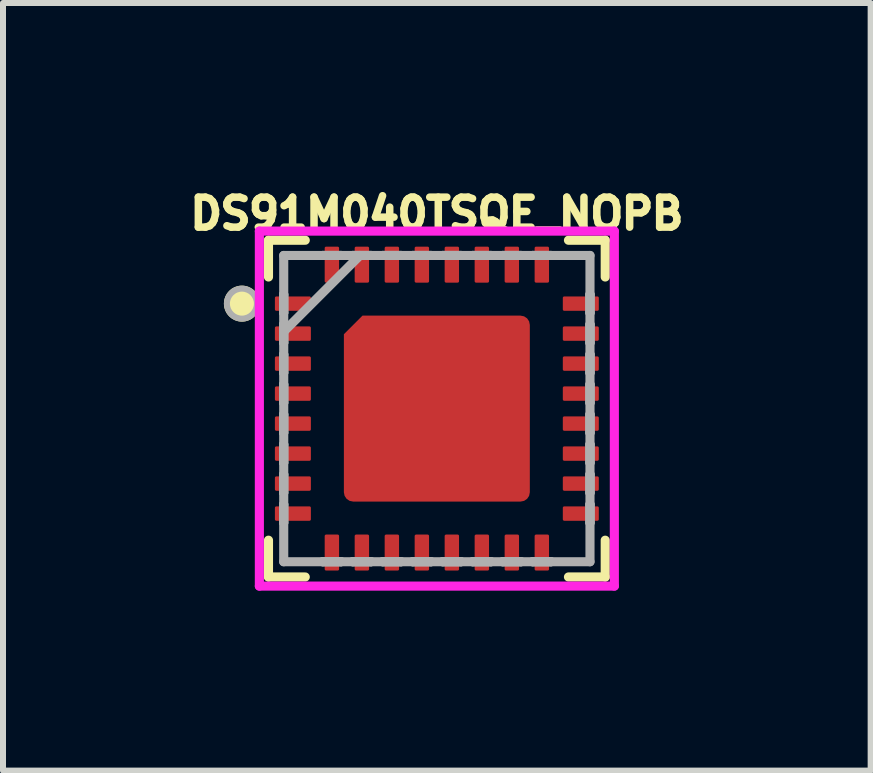
<source format=kicad_pcb>
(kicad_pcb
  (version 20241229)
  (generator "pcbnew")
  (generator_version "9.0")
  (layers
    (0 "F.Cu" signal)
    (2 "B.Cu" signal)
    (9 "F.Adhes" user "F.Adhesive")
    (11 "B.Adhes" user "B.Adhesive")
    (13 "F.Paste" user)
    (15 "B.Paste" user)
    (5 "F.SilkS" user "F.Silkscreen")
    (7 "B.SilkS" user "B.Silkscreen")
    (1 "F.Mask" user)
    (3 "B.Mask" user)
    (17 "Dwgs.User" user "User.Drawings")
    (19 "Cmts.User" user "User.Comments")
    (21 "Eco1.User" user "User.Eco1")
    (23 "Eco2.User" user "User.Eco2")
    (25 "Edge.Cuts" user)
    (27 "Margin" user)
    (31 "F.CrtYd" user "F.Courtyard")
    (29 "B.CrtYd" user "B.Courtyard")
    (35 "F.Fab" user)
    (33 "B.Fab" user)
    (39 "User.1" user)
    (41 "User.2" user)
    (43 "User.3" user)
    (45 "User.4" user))
  (footprint "DS91M040TSQE_NOPB"
    (layer "F.Cu")
    (at 4.233 3.762)
    (property "Reference" "DS91M040TSQE_NOPB" (at 0 -3.25 0) (layer "F.SilkS") (effects (font (size 0.5 0.5) (thickness 0.125) (bold yes))))
    (attr through_hole)
    (fp_line (start -2.807 -2.807) (end -2.807 -2.194) (stroke (width 0.152) (type solid)) (layer "F.SilkS"))
    (fp_line (start -2.807 2.194) (end -2.807 2.807) (stroke (width 0.152) (type solid)) (layer "F.SilkS"))
    (fp_line (start -2.807 2.807) (end -2.194 2.807) (stroke (width 0.152) (type solid)) (layer "F.SilkS"))
    (fp_line (start -2.194 -2.807) (end -2.807 -2.807) (stroke (width 0.152) (type solid)) (layer "F.SilkS"))
    (fp_line (start 2.194 2.807) (end 2.807 2.807) (stroke (width 0.152) (type solid)) (layer "F.SilkS"))
    (fp_line (start 2.807 -2.807) (end 2.194 -2.807) (stroke (width 0.152) (type solid)) (layer "F.SilkS"))
    (fp_line (start 2.807 -2.194) (end 2.807 -2.807) (stroke (width 0.152) (type solid)) (layer "F.SilkS"))
    (fp_line (start 2.807 2.807) (end 2.807 2.194) (stroke (width 0.152) (type solid)) (layer "F.SilkS"))
    (fp_circle (center -3.25 -1.75) (end -3 -1.75) (stroke (width 0.1) (type solid)) (fill yes) (layer "F.SilkS"))
    (fp_line (start -2.959 -2.959) (end 2.959 -2.959) (stroke (width 0.152) (type solid)) (layer "F.CrtYd"))
    (fp_line (start -2.959 2.959) (end -2.959 -2.959) (stroke (width 0.152) (type solid)) (layer "F.CrtYd"))
    (fp_line (start 2.959 -2.959) (end 2.959 2.959) (stroke (width 0.152) (type solid)) (layer "F.CrtYd"))
    (fp_line (start 2.959 2.959) (end -2.959 2.959) (stroke (width 0.152) (type solid)) (layer "F.CrtYd"))
    (fp_line (start -2.553 -2.553) (end -2.553 2.553) (stroke (width 0.152) (type solid)) (layer "F.Fab"))
    (fp_line (start -2.553 -1.902) (end -2.553 -1.902) (stroke (width 0.152) (type solid)) (layer "F.Fab"))
    (fp_line (start -2.553 -1.902) (end -2.553 -1.598) (stroke (width 0.152) (type solid)) (layer "F.Fab"))
    (fp_line (start -2.553 -1.598) (end -2.553 -1.902) (stroke (width 0.152) (type solid)) (layer "F.Fab"))
    (fp_line (start -2.553 -1.598) (end -2.553 -1.598) (stroke (width 0.152) (type solid)) (layer "F.Fab"))
    (fp_line (start -2.553 -1.402) (end -2.553 -1.402) (stroke (width 0.152) (type solid)) (layer "F.Fab"))
    (fp_line (start -2.553 -1.402) (end -2.553 -1.098) (stroke (width 0.152) (type solid)) (layer "F.Fab"))
    (fp_line (start -2.553 -1.283) (end -1.283 -2.553) (stroke (width 0.152) (type solid)) (layer "F.Fab"))
    (fp_line (start -2.553 -1.098) (end -2.553 -1.402) (stroke (width 0.152) (type solid)) (layer "F.Fab"))
    (fp_line (start -2.553 -1.098) (end -2.553 -1.098) (stroke (width 0.152) (type solid)) (layer "F.Fab"))
    (fp_line (start -2.553 -0.902) (end -2.553 -0.902) (stroke (width 0.152) (type solid)) (layer "F.Fab"))
    (fp_line (start -2.553 -0.902) (end -2.553 -0.598) (stroke (width 0.152) (type solid)) (layer "F.Fab"))
    (fp_line (start -2.553 -0.598) (end -2.553 -0.902) (stroke (width 0.152) (type solid)) (layer "F.Fab"))
    (fp_line (start -2.553 -0.598) (end -2.553 -0.598) (stroke (width 0.152) (type solid)) (layer "F.Fab"))
    (fp_line (start -2.553 -0.402) (end -2.553 -0.402) (stroke (width 0.152) (type solid)) (layer "F.Fab"))
    (fp_line (start -2.553 -0.402) (end -2.553 -0.098) (stroke (width 0.152) (type solid)) (layer "F.Fab"))
    (fp_line (start -2.553 -0.098) (end -2.553 -0.402) (stroke (width 0.152) (type solid)) (layer "F.Fab"))
    (fp_line (start -2.553 -0.098) (end -2.553 -0.098) (stroke (width 0.152) (type solid)) (layer "F.Fab"))
    (fp_line (start -2.553 0.098) (end -2.553 0.098) (stroke (width 0.152) (type solid)) (layer "F.Fab"))
    (fp_line (start -2.553 0.098) (end -2.553 0.402) (stroke (width 0.152) (type solid)) (layer "F.Fab"))
    (fp_line (start -2.553 0.402) (end -2.553 0.098) (stroke (width 0.152) (type solid)) (layer "F.Fab"))
    (fp_line (start -2.553 0.402) (end -2.553 0.402) (stroke (width 0.152) (type solid)) (layer "F.Fab"))
    (fp_line (start -2.553 0.598) (end -2.553 0.598) (stroke (width 0.152) (type solid)) (layer "F.Fab"))
    (fp_line (start -2.553 0.598) (end -2.553 0.902) (stroke (width 0.152) (type solid)) (layer "F.Fab"))
    (fp_line (start -2.553 0.902) (end -2.553 0.598) (stroke (width 0.152) (type solid)) (layer "F.Fab"))
    (fp_line (start -2.553 0.902) (end -2.553 0.902) (stroke (width 0.152) (type solid)) (layer "F.Fab"))
    (fp_line (start -2.553 1.098) (end -2.553 1.098) (stroke (width 0.152) (type solid)) (layer "F.Fab"))
    (fp_line (start -2.553 1.098) (end -2.553 1.402) (stroke (width 0.152) (type solid)) (layer "F.Fab"))
    (fp_line (start -2.553 1.402) (end -2.553 1.098) (stroke (width 0.152) (type solid)) (layer "F.Fab"))
    (fp_line (start -2.553 1.402) (end -2.553 1.402) (stroke (width 0.152) (type solid)) (layer "F.Fab"))
    (fp_line (start -2.553 1.598) (end -2.553 1.598) (stroke (width 0.152) (type solid)) (layer "F.Fab"))
    (fp_line (start -2.553 1.598) (end -2.553 1.902) (stroke (width 0.152) (type solid)) (layer "F.Fab"))
    (fp_line (start -2.553 1.902) (end -2.553 1.598) (stroke (width 0.152) (type solid)) (layer "F.Fab"))
    (fp_line (start -2.553 1.902) (end -2.553 1.902) (stroke (width 0.152) (type solid)) (layer "F.Fab"))
    (fp_line (start -2.553 2.553) (end 2.553 2.553) (stroke (width 0.152) (type solid)) (layer "F.Fab"))
    (fp_line (start -1.902 -2.553) (end -1.902 -2.553) (stroke (width 0.152) (type solid)) (layer "F.Fab"))
    (fp_line (start -1.902 -2.553) (end -1.598 -2.553) (stroke (width 0.152) (type solid)) (layer "F.Fab"))
    (fp_line (start -1.902 2.553) (end -1.902 2.553) (stroke (width 0.152) (type solid)) (layer "F.Fab"))
    (fp_line (start -1.902 2.553) (end -1.598 2.553) (stroke (width 0.152) (type solid)) (layer "F.Fab"))
    (fp_line (start -1.598 -2.553) (end -1.902 -2.553) (stroke (width 0.152) (type solid)) (layer "F.Fab"))
    (fp_line (start -1.598 -2.553) (end -1.598 -2.553) (stroke (width 0.152) (type solid)) (layer "F.Fab"))
    (fp_line (start -1.598 2.553) (end -1.902 2.553) (stroke (width 0.152) (type solid)) (layer "F.Fab"))
    (fp_line (start -1.598 2.553) (end -1.598 2.553) (stroke (width 0.152) (type solid)) (layer "F.Fab"))
    (fp_line (start -1.402 -2.553) (end -1.402 -2.553) (stroke (width 0.152) (type solid)) (layer "F.Fab"))
    (fp_line (start -1.402 -2.553) (end -1.098 -2.553) (stroke (width 0.152) (type solid)) (layer "F.Fab"))
    (fp_line (start -1.402 2.553) (end -1.402 2.553) (stroke (width 0.152) (type solid)) (layer "F.Fab"))
    (fp_line (start -1.402 2.553) (end -1.098 2.553) (stroke (width 0.152) (type solid)) (layer "F.Fab"))
    (fp_line (start -1.098 -2.553) (end -1.402 -2.553) (stroke (width 0.152) (type solid)) (layer "F.Fab"))
    (fp_line (start -1.098 -2.553) (end -1.098 -2.553) (stroke (width 0.152) (type solid)) (layer "F.Fab"))
    (fp_line (start -1.098 2.553) (end -1.402 2.553) (stroke (width 0.152) (type solid)) (layer "F.Fab"))
    (fp_line (start -1.098 2.553) (end -1.098 2.553) (stroke (width 0.152) (type solid)) (layer "F.Fab"))
    (fp_line (start -0.902 -2.553) (end -0.902 -2.553) (stroke (width 0.152) (type solid)) (layer "F.Fab"))
    (fp_line (start -0.902 -2.553) (end -0.598 -2.553) (stroke (width 0.152) (type solid)) (layer "F.Fab"))
    (fp_line (start -0.902 2.553) (end -0.902 2.553) (stroke (width 0.152) (type solid)) (layer "F.Fab"))
    (fp_line (start -0.902 2.553) (end -0.598 2.553) (stroke (width 0.152) (type solid)) (layer "F.Fab"))
    (fp_line (start -0.598 -2.553) (end -0.902 -2.553) (stroke (width 0.152) (type solid)) (layer "F.Fab"))
    (fp_line (start -0.598 -2.553) (end -0.598 -2.553) (stroke (width 0.152) (type solid)) (layer "F.Fab"))
    (fp_line (start -0.598 2.553) (end -0.902 2.553) (stroke (width 0.152) (type solid)) (layer "F.Fab"))
    (fp_line (start -0.598 2.553) (end -0.598 2.553) (stroke (width 0.152) (type solid)) (layer "F.Fab"))
    (fp_line (start -0.402 -2.553) (end -0.402 -2.553) (stroke (width 0.152) (type solid)) (layer "F.Fab"))
    (fp_line (start -0.402 -2.553) (end -0.098 -2.553) (stroke (width 0.152) (type solid)) (layer "F.Fab"))
    (fp_line (start -0.402 2.553) (end -0.402 2.553) (stroke (width 0.152) (type solid)) (layer "F.Fab"))
    (fp_line (start -0.402 2.553) (end -0.098 2.553) (stroke (width 0.152) (type solid)) (layer "F.Fab"))
    (fp_line (start -0.098 -2.553) (end -0.402 -2.553) (stroke (width 0.152) (type solid)) (layer "F.Fab"))
    (fp_line (start -0.098 -2.553) (end -0.098 -2.553) (stroke (width 0.152) (type solid)) (layer "F.Fab"))
    (fp_line (start -0.098 2.553) (end -0.402 2.553) (stroke (width 0.152) (type solid)) (layer "F.Fab"))
    (fp_line (start -0.098 2.553) (end -0.098 2.553) (stroke (width 0.152) (type solid)) (layer "F.Fab"))
    (fp_line (start 0.098 -2.553) (end 0.098 -2.553) (stroke (width 0.152) (type solid)) (layer "F.Fab"))
    (fp_line (start 0.098 -2.553) (end 0.402 -2.553) (stroke (width 0.152) (type solid)) (layer "F.Fab"))
    (fp_line (start 0.098 2.553) (end 0.098 2.553) (stroke (width 0.152) (type solid)) (layer "F.Fab"))
    (fp_line (start 0.098 2.553) (end 0.402 2.553) (stroke (width 0.152) (type solid)) (layer "F.Fab"))
    (fp_line (start 0.402 -2.553) (end 0.098 -2.553) (stroke (width 0.152) (type solid)) (layer "F.Fab"))
    (fp_line (start 0.402 -2.553) (end 0.402 -2.553) (stroke (width 0.152) (type solid)) (layer "F.Fab"))
    (fp_line (start 0.402 2.553) (end 0.098 2.553) (stroke (width 0.152) (type solid)) (layer "F.Fab"))
    (fp_line (start 0.402 2.553) (end 0.402 2.553) (stroke (width 0.152) (type solid)) (layer "F.Fab"))
    (fp_line (start 0.598 -2.553) (end 0.598 -2.553) (stroke (width 0.152) (type solid)) (layer "F.Fab"))
    (fp_line (start 0.598 -2.553) (end 0.902 -2.553) (stroke (width 0.152) (type solid)) (layer "F.Fab"))
    (fp_line (start 0.598 2.553) (end 0.598 2.553) (stroke (width 0.152) (type solid)) (layer "F.Fab"))
    (fp_line (start 0.598 2.553) (end 0.902 2.553) (stroke (width 0.152) (type solid)) (layer "F.Fab"))
    (fp_line (start 0.902 -2.553) (end 0.598 -2.553) (stroke (width 0.152) (type solid)) (layer "F.Fab"))
    (fp_line (start 0.902 -2.553) (end 0.902 -2.553) (stroke (width 0.152) (type solid)) (layer "F.Fab"))
    (fp_line (start 0.902 2.553) (end 0.598 2.553) (stroke (width 0.152) (type solid)) (layer "F.Fab"))
    (fp_line (start 0.902 2.553) (end 0.902 2.553) (stroke (width 0.152) (type solid)) (layer "F.Fab"))
    (fp_line (start 1.098 -2.553) (end 1.098 -2.553) (stroke (width 0.152) (type solid)) (layer "F.Fab"))
    (fp_line (start 1.098 -2.553) (end 1.402 -2.553) (stroke (width 0.152) (type solid)) (layer "F.Fab"))
    (fp_line (start 1.098 2.553) (end 1.098 2.553) (stroke (width 0.152) (type solid)) (layer "F.Fab"))
    (fp_line (start 1.098 2.553) (end 1.402 2.553) (stroke (width 0.152) (type solid)) (layer "F.Fab"))
    (fp_line (start 1.402 -2.553) (end 1.098 -2.553) (stroke (width 0.152) (type solid)) (layer "F.Fab"))
    (fp_line (start 1.402 -2.553) (end 1.402 -2.553) (stroke (width 0.152) (type solid)) (layer "F.Fab"))
    (fp_line (start 1.402 2.553) (end 1.098 2.553) (stroke (width 0.152) (type solid)) (layer "F.Fab"))
    (fp_line (start 1.402 2.553) (end 1.402 2.553) (stroke (width 0.152) (type solid)) (layer "F.Fab"))
    (fp_line (start 1.598 -2.553) (end 1.598 -2.553) (stroke (width 0.152) (type solid)) (layer "F.Fab"))
    (fp_line (start 1.598 -2.553) (end 1.902 -2.553) (stroke (width 0.152) (type solid)) (layer "F.Fab"))
    (fp_line (start 1.598 2.553) (end 1.598 2.553) (stroke (width 0.152) (type solid)) (layer "F.Fab"))
    (fp_line (start 1.598 2.553) (end 1.902 2.553) (stroke (width 0.152) (type solid)) (layer "F.Fab"))
    (fp_line (start 1.902 -2.553) (end 1.598 -2.553) (stroke (width 0.152) (type solid)) (layer "F.Fab"))
    (fp_line (start 1.902 -2.553) (end 1.902 -2.553) (stroke (width 0.152) (type solid)) (layer "F.Fab"))
    (fp_line (start 1.902 2.553) (end 1.598 2.553) (stroke (width 0.152) (type solid)) (layer "F.Fab"))
    (fp_line (start 1.902 2.553) (end 1.902 2.553) (stroke (width 0.152) (type solid)) (layer "F.Fab"))
    (fp_line (start 2.553 -2.553) (end -2.553 -2.553) (stroke (width 0.152) (type solid)) (layer "F.Fab"))
    (fp_line (start 2.553 -1.902) (end 2.553 -1.902) (stroke (width 0.152) (type solid)) (layer "F.Fab"))
    (fp_line (start 2.553 -1.902) (end 2.553 -1.598) (stroke (width 0.152) (type solid)) (layer "F.Fab"))
    (fp_line (start 2.553 -1.598) (end 2.553 -1.902) (stroke (width 0.152) (type solid)) (layer "F.Fab"))
    (fp_line (start 2.553 -1.598) (end 2.553 -1.598) (stroke (width 0.152) (type solid)) (layer "F.Fab"))
    (fp_line (start 2.553 -1.402) (end 2.553 -1.402) (stroke (width 0.152) (type solid)) (layer "F.Fab"))
    (fp_line (start 2.553 -1.402) (end 2.553 -1.098) (stroke (width 0.152) (type solid)) (layer "F.Fab"))
    (fp_line (start 2.553 -1.098) (end 2.553 -1.402) (stroke (width 0.152) (type solid)) (layer "F.Fab"))
    (fp_line (start 2.553 -1.098) (end 2.553 -1.098) (stroke (width 0.152) (type solid)) (layer "F.Fab"))
    (fp_line (start 2.553 -0.902) (end 2.553 -0.902) (stroke (width 0.152) (type solid)) (layer "F.Fab"))
    (fp_line (start 2.553 -0.902) (end 2.553 -0.598) (stroke (width 0.152) (type solid)) (layer "F.Fab"))
    (fp_line (start 2.553 -0.598) (end 2.553 -0.902) (stroke (width 0.152) (type solid)) (layer "F.Fab"))
    (fp_line (start 2.553 -0.598) (end 2.553 -0.598) (stroke (width 0.152) (type solid)) (layer "F.Fab"))
    (fp_line (start 2.553 -0.402) (end 2.553 -0.402) (stroke (width 0.152) (type solid)) (layer "F.Fab"))
    (fp_line (start 2.553 -0.402) (end 2.553 -0.098) (stroke (width 0.152) (type solid)) (layer "F.Fab"))
    (fp_line (start 2.553 -0.098) (end 2.553 -0.402) (stroke (width 0.152) (type solid)) (layer "F.Fab"))
    (fp_line (start 2.553 -0.098) (end 2.553 -0.098) (stroke (width 0.152) (type solid)) (layer "F.Fab"))
    (fp_line (start 2.553 0.098) (end 2.553 0.098) (stroke (width 0.152) (type solid)) (layer "F.Fab"))
    (fp_line (start 2.553 0.098) (end 2.553 0.402) (stroke (width 0.152) (type solid)) (layer "F.Fab"))
    (fp_line (start 2.553 0.402) (end 2.553 0.098) (stroke (width 0.152) (type solid)) (layer "F.Fab"))
    (fp_line (start 2.553 0.402) (end 2.553 0.402) (stroke (width 0.152) (type solid)) (layer "F.Fab"))
    (fp_line (start 2.553 0.598) (end 2.553 0.598) (stroke (width 0.152) (type solid)) (layer "F.Fab"))
    (fp_line (start 2.553 0.598) (end 2.553 0.902) (stroke (width 0.152) (type solid)) (layer "F.Fab"))
    (fp_line (start 2.553 0.902) (end 2.553 0.598) (stroke (width 0.152) (type solid)) (layer "F.Fab"))
    (fp_line (start 2.553 0.902) (end 2.553 0.902) (stroke (width 0.152) (type solid)) (layer "F.Fab"))
    (fp_line (start 2.553 1.098) (end 2.553 1.098) (stroke (width 0.152) (type solid)) (layer "F.Fab"))
    (fp_line (start 2.553 1.098) (end 2.553 1.402) (stroke (width 0.152) (type solid)) (layer "F.Fab"))
    (fp_line (start 2.553 1.402) (end 2.553 1.098) (stroke (width 0.152) (type solid)) (layer "F.Fab"))
    (fp_line (start 2.553 1.402) (end 2.553 1.402) (stroke (width 0.152) (type solid)) (layer "F.Fab"))
    (fp_line (start 2.553 1.598) (end 2.553 1.598) (stroke (width 0.152) (type solid)) (layer "F.Fab"))
    (fp_line (start 2.553 1.598) (end 2.553 1.902) (stroke (width 0.152) (type solid)) (layer "F.Fab"))
    (fp_line (start 2.553 1.902) (end 2.553 1.598) (stroke (width 0.152) (type solid)) (layer "F.Fab"))
    (fp_line (start 2.553 1.902) (end 2.553 1.902) (stroke (width 0.152) (type solid)) (layer "F.Fab"))
    (fp_line (start 2.553 2.553) (end 2.553 -2.553) (stroke (width 0.152) (type solid)) (layer "F.Fab"))
    (fp_circle (center -3.25 -1.75) (end -3 -1.75) (stroke (width 0.1) (type solid)) (fill no) (layer "F.Fab"))
    (pad "" smd roundrect (at -0.775 -0.775) (size 1.35 1.35) (layers "F.Paste") (roundrect_rratio 0.05) (chamfer_ratio 0.2) (chamfer top_left))
    (pad "" smd roundrect (at -0.775 0.775) (size 1.35 1.35) (layers "F.Paste") (roundrect_rratio 0.05))
    (pad "" smd roundrect (at 0.775 -0.775) (size 1.35 1.35) (layers "F.Paste") (roundrect_rratio 0.05))
    (pad "" smd roundrect (at 0.775 0.775) (size 1.35 1.35) (layers "F.Paste") (roundrect_rratio 0.05))
    (pad "1" smd roundrect (at -2.4 -1.75 90) (size 0.24 0.6) (layers "F.Cu" "F.Mask" "F.Paste") (roundrect_rratio 0.1))
    (pad "2" smd roundrect (at -2.4 -1.25 90) (size 0.24 0.6) (layers "F.Cu" "F.Mask" "F.Paste") (roundrect_rratio 0.1))
    (pad "3" smd roundrect (at -2.4 -0.75 90) (size 0.24 0.6) (layers "F.Cu" "F.Mask" "F.Paste") (roundrect_rratio 0.1))
    (pad "4" smd roundrect (at -2.4 -0.25 90) (size 0.24 0.6) (layers "F.Cu" "F.Mask" "F.Paste") (roundrect_rratio 0.1))
    (pad "5" smd roundrect (at -2.4 0.25 90) (size 0.24 0.6) (layers "F.Cu" "F.Mask" "F.Paste") (roundrect_rratio 0.1))
    (pad "6" smd roundrect (at -2.4 0.75 90) (size 0.24 0.6) (layers "F.Cu" "F.Mask" "F.Paste") (roundrect_rratio 0.1))
    (pad "7" smd roundrect (at -2.4 1.25 90) (size 0.24 0.6) (layers "F.Cu" "F.Mask" "F.Paste") (roundrect_rratio 0.1))
    (pad "8" smd roundrect (at -2.4 1.75 90) (size 0.24 0.6) (layers "F.Cu" "F.Mask" "F.Paste") (roundrect_rratio 0.1))
    (pad "9" smd roundrect (at -1.75 2.4) (size 0.24 0.6) (layers "F.Cu" "F.Mask" "F.Paste") (roundrect_rratio 0.1))
    (pad "10" smd roundrect (at -1.25 2.4) (size 0.24 0.6) (layers "F.Cu" "F.Mask" "F.Paste") (roundrect_rratio 0.1))
    (pad "11" smd roundrect (at -0.75 2.4) (size 0.24 0.6) (layers "F.Cu" "F.Mask" "F.Paste") (roundrect_rratio 0.1))
    (pad "12" smd roundrect (at -0.25 2.4) (size 0.24 0.6) (layers "F.Cu" "F.Mask" "F.Paste") (roundrect_rratio 0.1))
    (pad "13" smd roundrect (at 0.25 2.4) (size 0.24 0.6) (layers "F.Cu" "F.Mask" "F.Paste") (roundrect_rratio 0.1))
    (pad "14" smd roundrect (at 0.75 2.4) (size 0.24 0.6) (layers "F.Cu" "F.Mask" "F.Paste") (roundrect_rratio 0.1))
    (pad "15" smd roundrect (at 1.25 2.4) (size 0.24 0.6) (layers "F.Cu" "F.Mask" "F.Paste") (roundrect_rratio 0.1))
    (pad "16" smd roundrect (at 1.75 2.4) (size 0.24 0.6) (layers "F.Cu" "F.Mask" "F.Paste") (roundrect_rratio 0.1))
    (pad "17" smd roundrect (at 2.4 1.75 90) (size 0.24 0.6) (layers "F.Cu" "F.Mask" "F.Paste") (roundrect_rratio 0.1))
    (pad "18" smd roundrect (at 2.4 1.25 90) (size 0.24 0.6) (layers "F.Cu" "F.Mask" "F.Paste") (roundrect_rratio 0.1))
    (pad "19" smd roundrect (at 2.4 0.75 90) (size 0.24 0.6) (layers "F.Cu" "F.Mask" "F.Paste") (roundrect_rratio 0.1))
    (pad "20" smd roundrect (at 2.4 0.25 90) (size 0.24 0.6) (layers "F.Cu" "F.Mask" "F.Paste") (roundrect_rratio 0.1))
    (pad "21" smd roundrect (at 2.4 -0.25 90) (size 0.24 0.6) (layers "F.Cu" "F.Mask" "F.Paste") (roundrect_rratio 0.1))
    (pad "22" smd roundrect (at 2.4 -0.75 90) (size 0.24 0.6) (layers "F.Cu" "F.Mask" "F.Paste") (roundrect_rratio 0.1))
    (pad "23" smd roundrect (at 2.4 -1.25 90) (size 0.24 0.6) (layers "F.Cu" "F.Mask" "F.Paste") (roundrect_rratio 0.1))
    (pad "24" smd roundrect (at 2.4 -1.75 90) (size 0.24 0.6) (layers "F.Cu" "F.Mask" "F.Paste") (roundrect_rratio 0.1))
    (pad "25" smd roundrect (at 1.75 -2.4) (size 0.24 0.6) (layers "F.Cu" "F.Mask" "F.Paste") (roundrect_rratio 0.1))
    (pad "26" smd roundrect (at 1.25 -2.4) (size 0.24 0.6) (layers "F.Cu" "F.Mask" "F.Paste") (roundrect_rratio 0.1))
    (pad "27" smd roundrect (at 0.75 -2.4) (size 0.24 0.6) (layers "F.Cu" "F.Mask" "F.Paste") (roundrect_rratio 0.1))
    (pad "28" smd roundrect (at 0.25 -2.4) (size 0.24 0.6) (layers "F.Cu" "F.Mask" "F.Paste") (roundrect_rratio 0.1))
    (pad "29" smd roundrect (at -0.25 -2.4) (size 0.24 0.6) (layers "F.Cu" "F.Mask" "F.Paste") (roundrect_rratio 0.1))
    (pad "30" smd roundrect (at -0.75 -2.4) (size 0.24 0.6) (layers "F.Cu" "F.Mask" "F.Paste") (roundrect_rratio 0.1))
    (pad "31" smd roundrect (at -1.25 -2.4) (size 0.24 0.6) (layers "F.Cu" "F.Mask" "F.Paste") (roundrect_rratio 0.1))
    (pad "32" smd roundrect (at -1.75 -2.4) (size 0.24 0.6) (layers "F.Cu" "F.Mask" "F.Paste") (roundrect_rratio 0.1))
    (pad "33" smd roundrect (at 0 0) (size 3.1 3.1) (layers "F.Cu" "F.Mask") (roundrect_rratio 0.05) (chamfer_ratio 0.1) (chamfer top_left)))
  (gr_rect
    (start -3 -3)
    (end 11.465 9.797)
    (stroke (width 0.1) (type default))
    (fill no)
    (layer "Edge.Cuts")))
</source>
